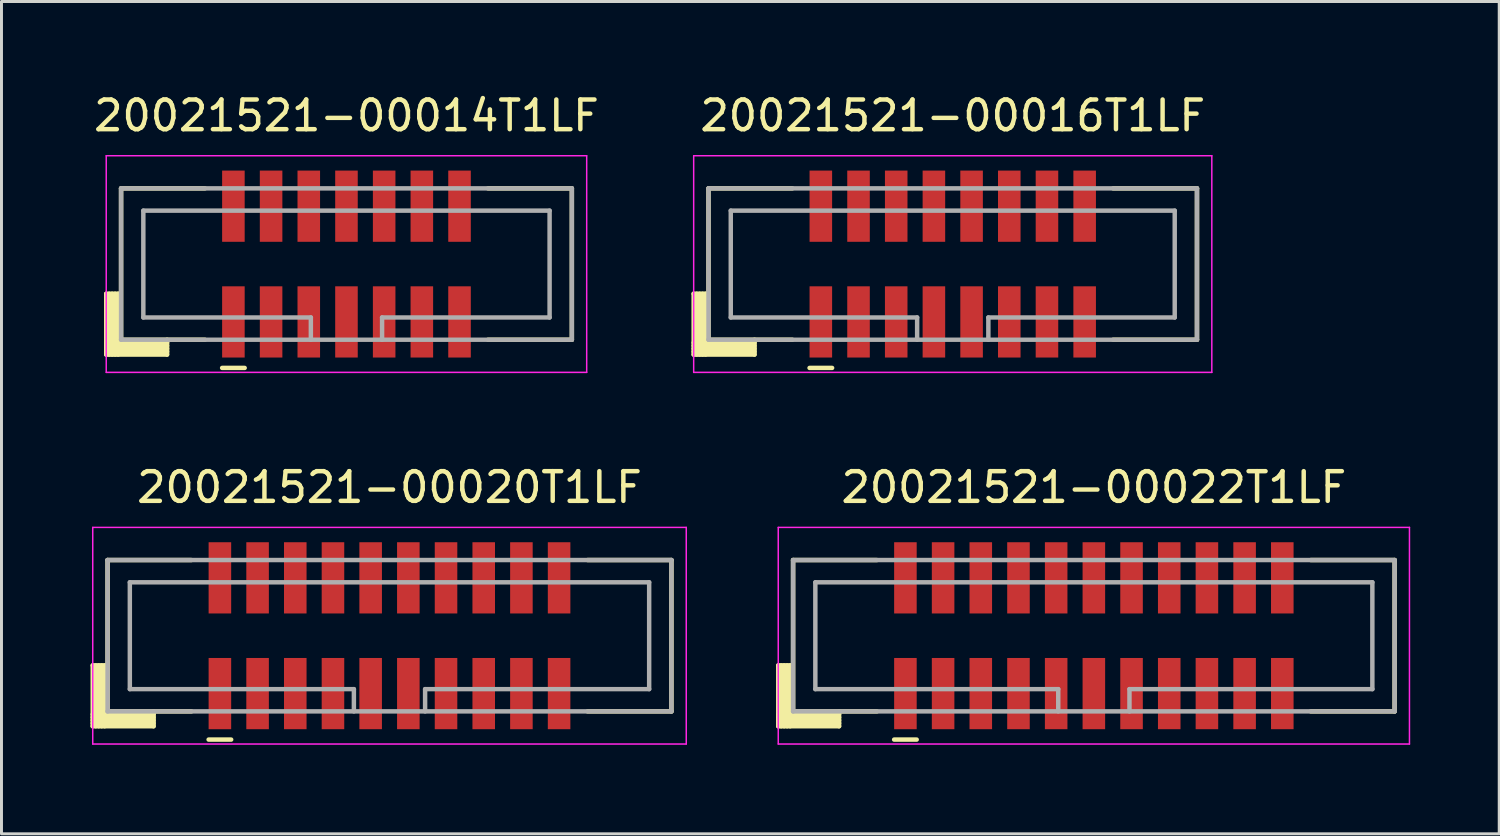
<source format=kicad_pcb>
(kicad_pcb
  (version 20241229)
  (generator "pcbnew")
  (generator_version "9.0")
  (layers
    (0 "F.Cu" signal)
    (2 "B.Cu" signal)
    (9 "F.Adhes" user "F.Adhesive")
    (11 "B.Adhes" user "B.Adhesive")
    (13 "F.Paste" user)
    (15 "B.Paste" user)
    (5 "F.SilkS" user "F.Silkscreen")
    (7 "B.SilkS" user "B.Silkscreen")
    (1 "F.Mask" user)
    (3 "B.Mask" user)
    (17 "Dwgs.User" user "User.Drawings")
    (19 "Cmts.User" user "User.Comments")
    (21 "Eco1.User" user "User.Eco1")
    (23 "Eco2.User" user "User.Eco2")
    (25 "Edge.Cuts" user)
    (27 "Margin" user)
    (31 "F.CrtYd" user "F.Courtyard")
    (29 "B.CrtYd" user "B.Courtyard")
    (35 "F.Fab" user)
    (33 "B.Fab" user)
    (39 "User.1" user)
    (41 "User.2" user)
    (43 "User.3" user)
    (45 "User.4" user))
  (footprint "20021521-00022T1LF"
    (layer "F.Cu")
    (at 33.81 18.372)
    (property "Reference" "20021521-00022T1LF" (at 0 -5 0) (layer "F.SilkS") (effects (font (size 1 1) (thickness 0.15))))
    (attr smd)
    (fp_line (start -10.635 1) (end -10.635 3.05) (stroke (width 0.15) (type solid)) (layer "F.SilkS"))
    (fp_line (start -10.635 1) (end -10.16 1) (stroke (width 0.15) (type solid)) (layer "F.SilkS"))
    (fp_line (start -10.635 2.65) (end -8.585 2.65) (stroke (width 0.15) (type solid)) (layer "F.SilkS"))
    (fp_line (start -10.635 2.75) (end -8.585 2.75) (stroke (width 0.15) (type solid)) (layer "F.SilkS"))
    (fp_line (start -10.635 2.85) (end -8.585 2.85) (stroke (width 0.15) (type solid)) (layer "F.SilkS"))
    (fp_line (start -10.635 2.95) (end -8.585 2.95) (stroke (width 0.15) (type solid)) (layer "F.SilkS"))
    (fp_line (start -10.635 3.05) (end -8.585 3.05) (stroke (width 0.15) (type solid)) (layer "F.SilkS"))
    (fp_line (start -10.535 1) (end -10.535 3.05) (stroke (width 0.15) (type solid)) (layer "F.SilkS"))
    (fp_line (start -10.435 1) (end -10.435 3.05) (stroke (width 0.15) (type solid)) (layer "F.SilkS"))
    (fp_line (start -10.335 1) (end -10.335 3.05) (stroke (width 0.15) (type solid)) (layer "F.SilkS"))
    (fp_line (start -10.235 1) (end -10.235 3.05) (stroke (width 0.15) (type solid)) (layer "F.SilkS"))
    (fp_line (start -10.135 -2.55) (end -10.135 2.55) (stroke (width 0.15) (type solid)) (layer "F.SilkS"))
    (fp_line (start -10.135 -2.55) (end -7.31 -2.55) (stroke (width 0.15) (type solid)) (layer "F.SilkS"))
    (fp_line (start -10.135 2.55) (end -7.31 2.55) (stroke (width 0.15) (type solid)) (layer "F.SilkS"))
    (fp_line (start -8.585 2.55) (end -8.585 3.05) (stroke (width 0.15) (type solid)) (layer "F.SilkS"))
    (fp_line (start -6.73 3.5) (end -5.97 3.5) (stroke (width 0.15) (type solid)) (layer "F.SilkS"))
    (fp_line (start 7.31 -2.55) (end 10.135 -2.55) (stroke (width 0.15) (type solid)) (layer "F.SilkS"))
    (fp_line (start 7.31 2.55) (end 10.135 2.55) (stroke (width 0.15) (type solid)) (layer "F.SilkS"))
    (fp_line (start 10.135 -2.55) (end 10.135 2.55) (stroke (width 0.15) (type solid)) (layer "F.SilkS"))
    (fp_line (start -10.635 -3.65) (end -10.635 3.65) (stroke (width 0.05) (type solid)) (layer "F.CrtYd"))
    (fp_line (start -10.635 -3.65) (end 10.635 -3.65) (stroke (width 0.05) (type solid)) (layer "F.CrtYd"))
    (fp_line (start -10.635 3.65) (end 10.635 3.65) (stroke (width 0.05) (type solid)) (layer "F.CrtYd"))
    (fp_line (start 10.635 -3.65) (end 10.635 3.65) (stroke (width 0.05) (type solid)) (layer "F.CrtYd"))
    (fp_line (start -10.135 -2.55) (end -10.135 2.55) (stroke (width 0.15) (type solid)) (layer "F.Fab"))
    (fp_line (start -10.135 -2.55) (end 10.135 -2.55) (stroke (width 0.15) (type solid)) (layer "F.Fab"))
    (fp_line (start -10.135 2.55) (end 10.135 2.55) (stroke (width 0.15) (type solid)) (layer "F.Fab"))
    (fp_line (start -9.385 -1.8) (end -9.385 1.8) (stroke (width 0.15) (type solid)) (layer "F.Fab"))
    (fp_line (start -9.385 -1.8) (end 9.385 -1.8) (stroke (width 0.15) (type solid)) (layer "F.Fab"))
    (fp_line (start -9.385 1.8) (end -1.2 1.8) (stroke (width 0.15) (type solid)) (layer "F.Fab"))
    (fp_line (start -1.2 1.8) (end -1.2 2.55) (stroke (width 0.15) (type solid)) (layer "F.Fab"))
    (fp_line (start 1.2 1.8) (end 1.2 2.55) (stroke (width 0.15) (type solid)) (layer "F.Fab"))
    (fp_line (start 1.2 1.8) (end 9.385 1.8) (stroke (width 0.15) (type solid)) (layer "F.Fab"))
    (fp_line (start 9.385 -1.8) (end 9.385 1.8) (stroke (width 0.15) (type solid)) (layer "F.Fab"))
    (fp_line (start 10.135 -2.55) (end 10.135 2.55) (stroke (width 0.15) (type solid)) (layer "F.Fab"))
    (pad "1" smd rect (at -6.35 1.95) (size 0.76 2.4) (layers "F.Cu" "F.Mask" "F.Paste"))
    (pad "2" smd rect (at -6.35 -1.95) (size 0.76 2.4) (layers "F.Cu" "F.Mask" "F.Paste"))
    (pad "3" smd rect (at -5.08 1.95) (size 0.76 2.4) (layers "F.Cu" "F.Mask" "F.Paste"))
    (pad "4" smd rect (at -5.08 -1.95) (size 0.76 2.4) (layers "F.Cu" "F.Mask" "F.Paste"))
    (pad "5" smd rect (at -3.81 1.95) (size 0.76 2.4) (layers "F.Cu" "F.Mask" "F.Paste"))
    (pad "6" smd rect (at -3.81 -1.95) (size 0.76 2.4) (layers "F.Cu" "F.Mask" "F.Paste"))
    (pad "7" smd rect (at -2.54 1.95) (size 0.76 2.4) (layers "F.Cu" "F.Mask" "F.Paste"))
    (pad "8" smd rect (at -2.54 -1.95) (size 0.76 2.4) (layers "F.Cu" "F.Mask" "F.Paste"))
    (pad "9" smd rect (at -1.27 1.95) (size 0.76 2.4) (layers "F.Cu" "F.Mask" "F.Paste"))
    (pad "10" smd rect (at -1.27 -1.95) (size 0.76 2.4) (layers "F.Cu" "F.Mask" "F.Paste"))
    (pad "11" smd rect (at 0 1.95) (size 0.76 2.4) (layers "F.Cu" "F.Mask" "F.Paste"))
    (pad "12" smd rect (at 0 -1.95) (size 0.76 2.4) (layers "F.Cu" "F.Mask" "F.Paste"))
    (pad "13" smd rect (at 1.27 1.95) (size 0.76 2.4) (layers "F.Cu" "F.Mask" "F.Paste"))
    (pad "14" smd rect (at 1.27 -1.95) (size 0.76 2.4) (layers "F.Cu" "F.Mask" "F.Paste"))
    (pad "15" smd rect (at 2.54 1.95) (size 0.76 2.4) (layers "F.Cu" "F.Mask" "F.Paste"))
    (pad "16" smd rect (at 2.54 -1.95) (size 0.76 2.4) (layers "F.Cu" "F.Mask" "F.Paste"))
    (pad "17" smd rect (at 3.81 1.95) (size 0.76 2.4) (layers "F.Cu" "F.Mask" "F.Paste"))
    (pad "18" smd rect (at 3.81 -1.95) (size 0.76 2.4) (layers "F.Cu" "F.Mask" "F.Paste"))
    (pad "19" smd rect (at 5.08 1.95) (size 0.76 2.4) (layers "F.Cu" "F.Mask" "F.Paste"))
    (pad "20" smd rect (at 5.08 -1.95) (size 0.76 2.4) (layers "F.Cu" "F.Mask" "F.Paste"))
    (pad "21" smd rect (at 6.35 1.95) (size 0.76 2.4) (layers "F.Cu" "F.Mask" "F.Paste"))
    (pad "22" smd rect (at 6.35 -1.95) (size 0.76 2.4) (layers "F.Cu" "F.Mask" "F.Paste")))
  (footprint "20021521-00016T1LF"
    (layer "F.Cu")
    (at 29.055 5.848)
    (property "Reference" "20021521-00016T1LF" (at 0 -5 0) (layer "F.SilkS") (effects (font (size 1 1) (thickness 0.15))))
    (attr smd)
    (fp_line (start -8.73 1) (end -8.73 3.05) (stroke (width 0.15) (type solid)) (layer "F.SilkS"))
    (fp_line (start -8.73 1) (end -8.255 1) (stroke (width 0.15) (type solid)) (layer "F.SilkS"))
    (fp_line (start -8.73 2.65) (end -6.68 2.65) (stroke (width 0.15) (type solid)) (layer "F.SilkS"))
    (fp_line (start -8.73 2.75) (end -6.68 2.75) (stroke (width 0.15) (type solid)) (layer "F.SilkS"))
    (fp_line (start -8.73 2.85) (end -6.68 2.85) (stroke (width 0.15) (type solid)) (layer "F.SilkS"))
    (fp_line (start -8.73 2.95) (end -6.68 2.95) (stroke (width 0.15) (type solid)) (layer "F.SilkS"))
    (fp_line (start -8.73 3.05) (end -6.68 3.05) (stroke (width 0.15) (type solid)) (layer "F.SilkS"))
    (fp_line (start -8.63 1) (end -8.63 3.05) (stroke (width 0.15) (type solid)) (layer "F.SilkS"))
    (fp_line (start -8.53 1) (end -8.53 3.05) (stroke (width 0.15) (type solid)) (layer "F.SilkS"))
    (fp_line (start -8.43 1) (end -8.43 3.05) (stroke (width 0.15) (type solid)) (layer "F.SilkS"))
    (fp_line (start -8.33 1) (end -8.33 3.05) (stroke (width 0.15) (type solid)) (layer "F.SilkS"))
    (fp_line (start -8.23 -2.55) (end -8.23 2.55) (stroke (width 0.15) (type solid)) (layer "F.SilkS"))
    (fp_line (start -8.23 -2.55) (end -5.405 -2.55) (stroke (width 0.15) (type solid)) (layer "F.SilkS"))
    (fp_line (start -8.23 2.55) (end -5.405 2.55) (stroke (width 0.15) (type solid)) (layer "F.SilkS"))
    (fp_line (start -6.68 2.55) (end -6.68 3.05) (stroke (width 0.15) (type solid)) (layer "F.SilkS"))
    (fp_line (start -4.825 3.5) (end -4.065 3.5) (stroke (width 0.15) (type solid)) (layer "F.SilkS"))
    (fp_line (start 5.405 -2.55) (end 8.23 -2.55) (stroke (width 0.15) (type solid)) (layer "F.SilkS"))
    (fp_line (start 5.405 2.55) (end 8.23 2.55) (stroke (width 0.15) (type solid)) (layer "F.SilkS"))
    (fp_line (start 8.23 -2.55) (end 8.23 2.55) (stroke (width 0.15) (type solid)) (layer "F.SilkS"))
    (fp_line (start -8.73 -3.65) (end -8.73 3.65) (stroke (width 0.05) (type solid)) (layer "F.CrtYd"))
    (fp_line (start -8.73 -3.65) (end 8.73 -3.65) (stroke (width 0.05) (type solid)) (layer "F.CrtYd"))
    (fp_line (start -8.73 3.65) (end 8.73 3.65) (stroke (width 0.05) (type solid)) (layer "F.CrtYd"))
    (fp_line (start 8.73 -3.65) (end 8.73 3.65) (stroke (width 0.05) (type solid)) (layer "F.CrtYd"))
    (fp_line (start -8.23 -2.55) (end -8.23 2.55) (stroke (width 0.15) (type solid)) (layer "F.Fab"))
    (fp_line (start -8.23 -2.55) (end 8.23 -2.55) (stroke (width 0.15) (type solid)) (layer "F.Fab"))
    (fp_line (start -8.23 2.55) (end 8.23 2.55) (stroke (width 0.15) (type solid)) (layer "F.Fab"))
    (fp_line (start -7.48 -1.8) (end -7.48 1.8) (stroke (width 0.15) (type solid)) (layer "F.Fab"))
    (fp_line (start -7.48 -1.8) (end 7.48 -1.8) (stroke (width 0.15) (type solid)) (layer "F.Fab"))
    (fp_line (start -7.48 1.8) (end -1.2 1.8) (stroke (width 0.15) (type solid)) (layer "F.Fab"))
    (fp_line (start -1.2 1.8) (end -1.2 2.55) (stroke (width 0.15) (type solid)) (layer "F.Fab"))
    (fp_line (start 1.2 1.8) (end 1.2 2.55) (stroke (width 0.15) (type solid)) (layer "F.Fab"))
    (fp_line (start 1.2 1.8) (end 7.48 1.8) (stroke (width 0.15) (type solid)) (layer "F.Fab"))
    (fp_line (start 7.48 -1.8) (end 7.48 1.8) (stroke (width 0.15) (type solid)) (layer "F.Fab"))
    (fp_line (start 8.23 -2.55) (end 8.23 2.55) (stroke (width 0.15) (type solid)) (layer "F.Fab"))
    (pad "1" smd rect (at -4.445 1.95) (size 0.76 2.4) (layers "F.Cu" "F.Mask" "F.Paste"))
    (pad "2" smd rect (at -4.445 -1.95) (size 0.76 2.4) (layers "F.Cu" "F.Mask" "F.Paste"))
    (pad "3" smd rect (at -3.175 1.95) (size 0.76 2.4) (layers "F.Cu" "F.Mask" "F.Paste"))
    (pad "4" smd rect (at -3.175 -1.95) (size 0.76 2.4) (layers "F.Cu" "F.Mask" "F.Paste"))
    (pad "5" smd rect (at -1.905 1.95) (size 0.76 2.4) (layers "F.Cu" "F.Mask" "F.Paste"))
    (pad "6" smd rect (at -1.905 -1.95) (size 0.76 2.4) (layers "F.Cu" "F.Mask" "F.Paste"))
    (pad "7" smd rect (at -0.635 1.95) (size 0.76 2.4) (layers "F.Cu" "F.Mask" "F.Paste"))
    (pad "8" smd rect (at -0.635 -1.95) (size 0.76 2.4) (layers "F.Cu" "F.Mask" "F.Paste"))
    (pad "9" smd rect (at 0.635 1.95) (size 0.76 2.4) (layers "F.Cu" "F.Mask" "F.Paste"))
    (pad "10" smd rect (at 0.635 -1.95) (size 0.76 2.4) (layers "F.Cu" "F.Mask" "F.Paste"))
    (pad "11" smd rect (at 1.905 1.95) (size 0.76 2.4) (layers "F.Cu" "F.Mask" "F.Paste"))
    (pad "12" smd rect (at 1.905 -1.95) (size 0.76 2.4) (layers "F.Cu" "F.Mask" "F.Paste"))
    (pad "13" smd rect (at 3.175 1.95) (size 0.76 2.4) (layers "F.Cu" "F.Mask" "F.Paste"))
    (pad "14" smd rect (at 3.175 -1.95) (size 0.76 2.4) (layers "F.Cu" "F.Mask" "F.Paste"))
    (pad "15" smd rect (at 4.445 1.95) (size 0.76 2.4) (layers "F.Cu" "F.Mask" "F.Paste"))
    (pad "16" smd rect (at 4.445 -1.95) (size 0.76 2.4) (layers "F.Cu" "F.Mask" "F.Paste")))
  (footprint "20021521-00020T1LF"
    (layer "F.Cu")
    (at 10.075 18.372)
    (property "Reference" "20021521-00020T1LF" (at 0 -5 0) (layer "F.SilkS") (effects (font (size 1 1) (thickness 0.15))))
    (attr smd)
    (fp_line (start -10 1) (end -10 3.05) (stroke (width 0.15) (type solid)) (layer "F.SilkS"))
    (fp_line (start -10 1) (end -9.525 1) (stroke (width 0.15) (type solid)) (layer "F.SilkS"))
    (fp_line (start -10 2.65) (end -7.95 2.65) (stroke (width 0.15) (type solid)) (layer "F.SilkS"))
    (fp_line (start -10 2.75) (end -7.95 2.75) (stroke (width 0.15) (type solid)) (layer "F.SilkS"))
    (fp_line (start -10 2.85) (end -7.95 2.85) (stroke (width 0.15) (type solid)) (layer "F.SilkS"))
    (fp_line (start -10 2.95) (end -7.95 2.95) (stroke (width 0.15) (type solid)) (layer "F.SilkS"))
    (fp_line (start -10 3.05) (end -7.95 3.05) (stroke (width 0.15) (type solid)) (layer "F.SilkS"))
    (fp_line (start -9.9 1) (end -9.9 3.05) (stroke (width 0.15) (type solid)) (layer "F.SilkS"))
    (fp_line (start -9.8 1) (end -9.8 3.05) (stroke (width 0.15) (type solid)) (layer "F.SilkS"))
    (fp_line (start -9.7 1) (end -9.7 3.05) (stroke (width 0.15) (type solid)) (layer "F.SilkS"))
    (fp_line (start -9.6 1) (end -9.6 3.05) (stroke (width 0.15) (type solid)) (layer "F.SilkS"))
    (fp_line (start -9.5 -2.55) (end -9.5 2.55) (stroke (width 0.15) (type solid)) (layer "F.SilkS"))
    (fp_line (start -9.5 -2.55) (end -6.675 -2.55) (stroke (width 0.15) (type solid)) (layer "F.SilkS"))
    (fp_line (start -9.5 2.55) (end -6.675 2.55) (stroke (width 0.15) (type solid)) (layer "F.SilkS"))
    (fp_line (start -7.95 2.55) (end -7.95 3.05) (stroke (width 0.15) (type solid)) (layer "F.SilkS"))
    (fp_line (start -6.095 3.5) (end -5.335 3.5) (stroke (width 0.15) (type solid)) (layer "F.SilkS"))
    (fp_line (start 6.675 -2.55) (end 9.5 -2.55) (stroke (width 0.15) (type solid)) (layer "F.SilkS"))
    (fp_line (start 6.675 2.55) (end 9.5 2.55) (stroke (width 0.15) (type solid)) (layer "F.SilkS"))
    (fp_line (start 9.5 -2.55) (end 9.5 2.55) (stroke (width 0.15) (type solid)) (layer "F.SilkS"))
    (fp_line (start -10 -3.65) (end -10 3.65) (stroke (width 0.05) (type solid)) (layer "F.CrtYd"))
    (fp_line (start -10 -3.65) (end 10 -3.65) (stroke (width 0.05) (type solid)) (layer "F.CrtYd"))
    (fp_line (start -10 3.65) (end 10 3.65) (stroke (width 0.05) (type solid)) (layer "F.CrtYd"))
    (fp_line (start 10 -3.65) (end 10 3.65) (stroke (width 0.05) (type solid)) (layer "F.CrtYd"))
    (fp_line (start -9.5 -2.55) (end -9.5 2.55) (stroke (width 0.15) (type solid)) (layer "F.Fab"))
    (fp_line (start -9.5 -2.55) (end 9.5 -2.55) (stroke (width 0.15) (type solid)) (layer "F.Fab"))
    (fp_line (start -9.5 2.55) (end 9.5 2.55) (stroke (width 0.15) (type solid)) (layer "F.Fab"))
    (fp_line (start -8.75 -1.8) (end -8.75 1.8) (stroke (width 0.15) (type solid)) (layer "F.Fab"))
    (fp_line (start -8.75 -1.8) (end 8.75 -1.8) (stroke (width 0.15) (type solid)) (layer "F.Fab"))
    (fp_line (start -8.75 1.8) (end -1.2 1.8) (stroke (width 0.15) (type solid)) (layer "F.Fab"))
    (fp_line (start -1.2 1.8) (end -1.2 2.55) (stroke (width 0.15) (type solid)) (layer "F.Fab"))
    (fp_line (start 1.2 1.8) (end 1.2 2.55) (stroke (width 0.15) (type solid)) (layer "F.Fab"))
    (fp_line (start 1.2 1.8) (end 8.75 1.8) (stroke (width 0.15) (type solid)) (layer "F.Fab"))
    (fp_line (start 8.75 -1.8) (end 8.75 1.8) (stroke (width 0.15) (type solid)) (layer "F.Fab"))
    (fp_line (start 9.5 -2.55) (end 9.5 2.55) (stroke (width 0.15) (type solid)) (layer "F.Fab"))
    (pad "1" smd rect (at -5.715 1.95) (size 0.76 2.4) (layers "F.Cu" "F.Mask" "F.Paste"))
    (pad "2" smd rect (at -5.715 -1.95) (size 0.76 2.4) (layers "F.Cu" "F.Mask" "F.Paste"))
    (pad "3" smd rect (at -4.445 1.95) (size 0.76 2.4) (layers "F.Cu" "F.Mask" "F.Paste"))
    (pad "4" smd rect (at -4.445 -1.95) (size 0.76 2.4) (layers "F.Cu" "F.Mask" "F.Paste"))
    (pad "5" smd rect (at -3.175 1.95) (size 0.76 2.4) (layers "F.Cu" "F.Mask" "F.Paste"))
    (pad "6" smd rect (at -3.175 -1.95) (size 0.76 2.4) (layers "F.Cu" "F.Mask" "F.Paste"))
    (pad "7" smd rect (at -1.905 1.95) (size 0.76 2.4) (layers "F.Cu" "F.Mask" "F.Paste"))
    (pad "8" smd rect (at -1.905 -1.95) (size 0.76 2.4) (layers "F.Cu" "F.Mask" "F.Paste"))
    (pad "9" smd rect (at -0.635 1.95) (size 0.76 2.4) (layers "F.Cu" "F.Mask" "F.Paste"))
    (pad "10" smd rect (at -0.635 -1.95) (size 0.76 2.4) (layers "F.Cu" "F.Mask" "F.Paste"))
    (pad "11" smd rect (at 0.635 1.95) (size 0.76 2.4) (layers "F.Cu" "F.Mask" "F.Paste"))
    (pad "12" smd rect (at 0.635 -1.95) (size 0.76 2.4) (layers "F.Cu" "F.Mask" "F.Paste"))
    (pad "13" smd rect (at 1.905 1.95) (size 0.76 2.4) (layers "F.Cu" "F.Mask" "F.Paste"))
    (pad "14" smd rect (at 1.905 -1.95) (size 0.76 2.4) (layers "F.Cu" "F.Mask" "F.Paste"))
    (pad "15" smd rect (at 3.175 1.95) (size 0.76 2.4) (layers "F.Cu" "F.Mask" "F.Paste"))
    (pad "16" smd rect (at 3.175 -1.95) (size 0.76 2.4) (layers "F.Cu" "F.Mask" "F.Paste"))
    (pad "17" smd rect (at 4.445 1.95) (size 0.76 2.4) (layers "F.Cu" "F.Mask" "F.Paste"))
    (pad "18" smd rect (at 4.445 -1.95) (size 0.76 2.4) (layers "F.Cu" "F.Mask" "F.Paste"))
    (pad "19" smd rect (at 5.715 1.95) (size 0.76 2.4) (layers "F.Cu" "F.Mask" "F.Paste"))
    (pad "20" smd rect (at 5.715 -1.95) (size 0.76 2.4) (layers "F.Cu" "F.Mask" "F.Paste")))
  (footprint "20021521-00014T1LF"
    (layer "F.Cu")
    (at 8.625 5.848)
    (property "Reference" "20021521-00014T1LF" (at 0 -5 0) (layer "F.SilkS") (effects (font (size 1 1) (thickness 0.15))))
    (attr smd)
    (fp_line (start -8.095 1) (end -8.095 3.05) (stroke (width 0.15) (type solid)) (layer "F.SilkS"))
    (fp_line (start -8.095 1) (end -7.62 1) (stroke (width 0.15) (type solid)) (layer "F.SilkS"))
    (fp_line (start -8.095 2.65) (end -6.045 2.65) (stroke (width 0.15) (type solid)) (layer "F.SilkS"))
    (fp_line (start -8.095 2.75) (end -6.045 2.75) (stroke (width 0.15) (type solid)) (layer "F.SilkS"))
    (fp_line (start -8.095 2.85) (end -6.045 2.85) (stroke (width 0.15) (type solid)) (layer "F.SilkS"))
    (fp_line (start -8.095 2.95) (end -6.045 2.95) (stroke (width 0.15) (type solid)) (layer "F.SilkS"))
    (fp_line (start -8.095 3.05) (end -6.045 3.05) (stroke (width 0.15) (type solid)) (layer "F.SilkS"))
    (fp_line (start -7.995 1) (end -7.995 3.05) (stroke (width 0.15) (type solid)) (layer "F.SilkS"))
    (fp_line (start -7.895 1) (end -7.895 3.05) (stroke (width 0.15) (type solid)) (layer "F.SilkS"))
    (fp_line (start -7.795 1) (end -7.795 3.05) (stroke (width 0.15) (type solid)) (layer "F.SilkS"))
    (fp_line (start -7.695 1) (end -7.695 3.05) (stroke (width 0.15) (type solid)) (layer "F.SilkS"))
    (fp_line (start -7.595 -2.55) (end -7.595 2.55) (stroke (width 0.15) (type solid)) (layer "F.SilkS"))
    (fp_line (start -7.595 -2.55) (end -4.77 -2.55) (stroke (width 0.15) (type solid)) (layer "F.SilkS"))
    (fp_line (start -7.595 2.55) (end -4.77 2.55) (stroke (width 0.15) (type solid)) (layer "F.SilkS"))
    (fp_line (start -6.045 2.55) (end -6.045 3.05) (stroke (width 0.15) (type solid)) (layer "F.SilkS"))
    (fp_line (start -4.19 3.5) (end -3.43 3.5) (stroke (width 0.15) (type solid)) (layer "F.SilkS"))
    (fp_line (start 4.77 -2.55) (end 7.595 -2.55) (stroke (width 0.15) (type solid)) (layer "F.SilkS"))
    (fp_line (start 4.77 2.55) (end 7.595 2.55) (stroke (width 0.15) (type solid)) (layer "F.SilkS"))
    (fp_line (start 7.595 -2.55) (end 7.595 2.55) (stroke (width 0.15) (type solid)) (layer "F.SilkS"))
    (fp_line (start -8.095 -3.65) (end -8.095 3.65) (stroke (width 0.05) (type solid)) (layer "F.CrtYd"))
    (fp_line (start -8.095 -3.65) (end 8.095 -3.65) (stroke (width 0.05) (type solid)) (layer "F.CrtYd"))
    (fp_line (start -8.095 3.65) (end 8.095 3.65) (stroke (width 0.05) (type solid)) (layer "F.CrtYd"))
    (fp_line (start 8.095 -3.65) (end 8.095 3.65) (stroke (width 0.05) (type solid)) (layer "F.CrtYd"))
    (fp_line (start -7.595 -2.55) (end -7.595 2.55) (stroke (width 0.15) (type solid)) (layer "F.Fab"))
    (fp_line (start -7.595 -2.55) (end 7.595 -2.55) (stroke (width 0.15) (type solid)) (layer "F.Fab"))
    (fp_line (start -7.595 2.55) (end 7.595 2.55) (stroke (width 0.15) (type solid)) (layer "F.Fab"))
    (fp_line (start -6.845 -1.8) (end -6.845 1.8) (stroke (width 0.15) (type solid)) (layer "F.Fab"))
    (fp_line (start -6.845 -1.8) (end 6.845 -1.8) (stroke (width 0.15) (type solid)) (layer "F.Fab"))
    (fp_line (start -6.845 1.8) (end -1.2 1.8) (stroke (width 0.15) (type solid)) (layer "F.Fab"))
    (fp_line (start -1.2 1.8) (end -1.2 2.55) (stroke (width 0.15) (type solid)) (layer "F.Fab"))
    (fp_line (start 1.2 1.8) (end 1.2 2.55) (stroke (width 0.15) (type solid)) (layer "F.Fab"))
    (fp_line (start 1.2 1.8) (end 6.845 1.8) (stroke (width 0.15) (type solid)) (layer "F.Fab"))
    (fp_line (start 6.845 -1.8) (end 6.845 1.8) (stroke (width 0.15) (type solid)) (layer "F.Fab"))
    (fp_line (start 7.595 -2.55) (end 7.595 2.55) (stroke (width 0.15) (type solid)) (layer "F.Fab"))
    (pad "1" smd rect (at -3.81 1.95) (size 0.76 2.4) (layers "F.Cu" "F.Mask" "F.Paste"))
    (pad "2" smd rect (at -3.81 -1.95) (size 0.76 2.4) (layers "F.Cu" "F.Mask" "F.Paste"))
    (pad "3" smd rect (at -2.54 1.95) (size 0.76 2.4) (layers "F.Cu" "F.Mask" "F.Paste"))
    (pad "4" smd rect (at -2.54 -1.95) (size 0.76 2.4) (layers "F.Cu" "F.Mask" "F.Paste"))
    (pad "5" smd rect (at -1.27 1.95) (size 0.76 2.4) (layers "F.Cu" "F.Mask" "F.Paste"))
    (pad "6" smd rect (at -1.27 -1.95) (size 0.76 2.4) (layers "F.Cu" "F.Mask" "F.Paste"))
    (pad "7" smd rect (at 0 1.95) (size 0.76 2.4) (layers "F.Cu" "F.Mask" "F.Paste"))
    (pad "8" smd rect (at 0 -1.95) (size 0.76 2.4) (layers "F.Cu" "F.Mask" "F.Paste"))
    (pad "9" smd rect (at 1.27 1.95) (size 0.76 2.4) (layers "F.Cu" "F.Mask" "F.Paste"))
    (pad "10" smd rect (at 1.27 -1.95) (size 0.76 2.4) (layers "F.Cu" "F.Mask" "F.Paste"))
    (pad "11" smd rect (at 2.54 1.95) (size 0.76 2.4) (layers "F.Cu" "F.Mask" "F.Paste"))
    (pad "12" smd rect (at 2.54 -1.95) (size 0.76 2.4) (layers "F.Cu" "F.Mask" "F.Paste"))
    (pad "13" smd rect (at 3.81 1.95) (size 0.76 2.4) (layers "F.Cu" "F.Mask" "F.Paste"))
    (pad "14" smd rect (at 3.81 -1.95) (size 0.76 2.4) (layers "F.Cu" "F.Mask" "F.Paste")))
  (gr_rect
    (start -3 -3)
    (end 47.47 25.047)
    (stroke (width 0.1) (type default))
    (fill no)
    (layer "Edge.Cuts")))
</source>
